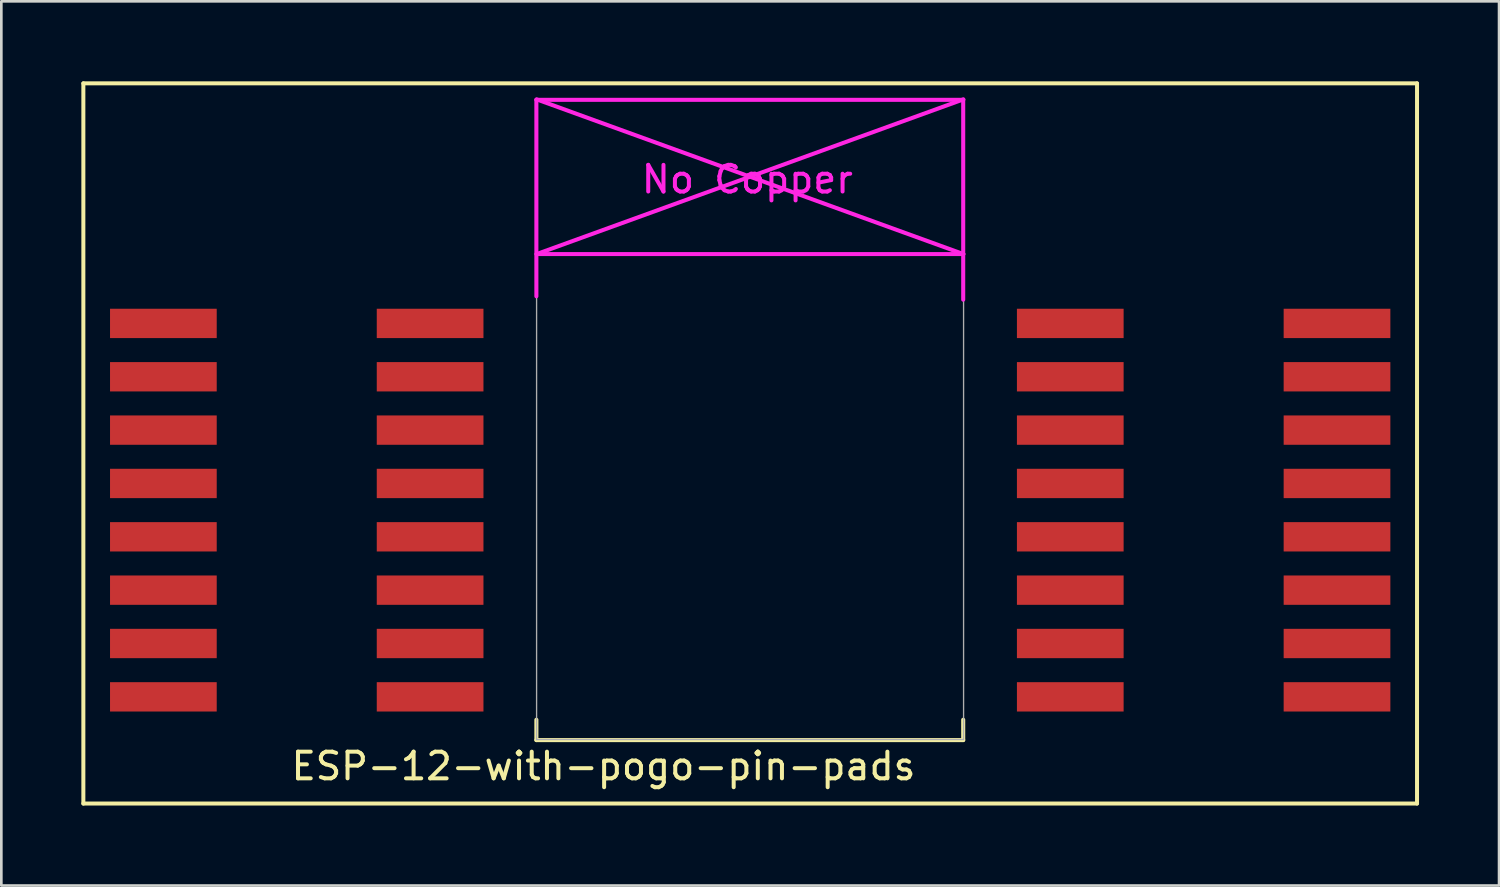
<source format=kicad_pcb>
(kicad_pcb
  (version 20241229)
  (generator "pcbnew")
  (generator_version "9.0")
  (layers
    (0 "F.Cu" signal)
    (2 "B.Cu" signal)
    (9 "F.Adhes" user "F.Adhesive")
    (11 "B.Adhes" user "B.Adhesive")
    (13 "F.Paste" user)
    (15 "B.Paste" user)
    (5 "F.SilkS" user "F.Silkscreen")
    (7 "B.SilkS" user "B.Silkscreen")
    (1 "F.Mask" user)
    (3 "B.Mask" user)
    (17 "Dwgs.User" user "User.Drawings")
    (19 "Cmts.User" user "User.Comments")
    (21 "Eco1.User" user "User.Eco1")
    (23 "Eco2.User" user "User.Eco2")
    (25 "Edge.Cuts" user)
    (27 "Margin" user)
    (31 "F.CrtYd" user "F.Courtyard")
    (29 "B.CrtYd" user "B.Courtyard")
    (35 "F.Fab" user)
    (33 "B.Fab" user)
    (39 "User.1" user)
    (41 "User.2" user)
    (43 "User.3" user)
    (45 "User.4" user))
  (footprint "ESP-12-with-pogo-pin-pads"
    (layer "F.Cu")
    (at 18.075 9.075)
    (property "Reference" "ESP-12-with-pogo-pin-pads" (at 1.5 16.6 0) (layer "F.SilkS") (effects (font (size 1 1) (thickness 0.15))))
    (attr through_hole)
    (fp_line (start -18 -9) (end 32 -9) (stroke (width 0.15) (type solid)) (layer "F.SilkS"))
    (fp_line (start -18 18) (end -18 -9) (stroke (width 0.15) (type solid)) (layer "F.SilkS"))
    (fp_line (start -1.016 14.859) (end -1.016 15.621) (stroke (width 0.152) (type solid)) (layer "F.SilkS"))
    (fp_line (start -1.016 15.621) (end 14.986 15.621) (stroke (width 0.152) (type solid)) (layer "F.SilkS"))
    (fp_line (start 14.986 15.621) (end 14.986 14.859) (stroke (width 0.152) (type solid)) (layer "F.SilkS"))
    (fp_line (start 32 -9) (end 32 18) (stroke (width 0.15) (type solid)) (layer "F.SilkS"))
    (fp_line (start 32 18) (end -18 18) (stroke (width 0.15) (type solid)) (layer "F.SilkS"))
    (fp_line (start -1.016 -8.382) (end -1.016 -1.016) (stroke (width 0.152) (type solid)) (layer "F.CrtYd"))
    (fp_line (start -1.016 -8.382) (end 14.986 -8.382) (stroke (width 0.152) (type solid)) (layer "F.CrtYd"))
    (fp_line (start -1.008 -8.4) (end 14.992 -2.6) (stroke (width 0.152) (type solid)) (layer "F.CrtYd"))
    (fp_line (start -1.008 -2.6) (end 14.992 -2.6) (stroke (width 0.152) (type solid)) (layer "F.CrtYd"))
    (fp_line (start 14.986 -8.382) (end 14.986 -0.889) (stroke (width 0.152) (type solid)) (layer "F.CrtYd"))
    (fp_line (start 14.992 -8.4) (end -1.008 -2.6) (stroke (width 0.152) (type solid)) (layer "F.CrtYd"))
    (fp_line (start -1.008 -8.4) (end 14.992 -8.4) (stroke (width 0.05) (type solid)) (layer "F.Fab"))
    (fp_line (start -1.008 15.6) (end -1.008 -8.4) (stroke (width 0.05) (type solid)) (layer "F.Fab"))
    (fp_line (start 14.992 15.6) (end -1.008 15.6) (stroke (width 0.05) (type solid)) (layer "F.Fab"))
    (fp_line (start 15 -8.4) (end 15 15.6) (stroke (width 0.05) (type solid)) (layer "F.Fab"))
    (fp_text user "No Copper" (at 6.892 -5.4 0) (layer "F.CrtYd") (effects (font (size 1 1) (thickness 0.15))))
    (pad "" smd rect (at -15 0) (size 4 1.1) (layers "F.Cu" "F.Mask" "F.Paste"))
    (pad "" smd rect (at -15 2) (size 4 1.1) (layers "F.Cu" "F.Mask" "F.Paste"))
    (pad "" smd rect (at -15 4) (size 4 1.1) (layers "F.Cu" "F.Mask" "F.Paste"))
    (pad "" smd rect (at -15 6) (size 4 1.1) (layers "F.Cu" "F.Mask" "F.Paste"))
    (pad "" smd rect (at -15 8) (size 4 1.1) (layers "F.Cu" "F.Mask" "F.Paste"))
    (pad "" smd rect (at -15 10) (size 4 1.1) (layers "F.Cu" "F.Mask" "F.Paste"))
    (pad "" smd rect (at -15 12) (size 4 1.1) (layers "F.Cu" "F.Mask" "F.Paste"))
    (pad "" smd rect (at -15 14) (size 4 1.1) (layers "F.Cu" "F.Mask" "F.Paste"))
    (pad "" smd rect (at 29 0) (size 4 1.1) (layers "F.Cu" "F.Mask" "F.Paste"))
    (pad "" smd rect (at 29 2) (size 4 1.1) (layers "F.Cu" "F.Mask" "F.Paste"))
    (pad "" smd rect (at 29 4) (size 4 1.1) (layers "F.Cu" "F.Mask" "F.Paste"))
    (pad "" smd rect (at 29 6) (size 4 1.1) (layers "F.Cu" "F.Mask" "F.Paste"))
    (pad "" smd rect (at 29 8) (size 4 1.1) (layers "F.Cu" "F.Mask" "F.Paste"))
    (pad "" smd rect (at 29 10) (size 4 1.1) (layers "F.Cu" "F.Mask" "F.Paste"))
    (pad "" smd rect (at 29 12) (size 4 1.1) (layers "F.Cu" "F.Mask" "F.Paste"))
    (pad "" smd rect (at 29 14) (size 4 1.1) (layers "F.Cu" "F.Mask" "F.Paste"))
    (pad "1" smd rect (at -5 0) (size 4 1.1) (layers "F.Cu" "F.Mask" "F.Paste"))
    (pad "2" smd rect (at -5 2) (size 4 1.1) (layers "F.Cu" "F.Mask" "F.Paste"))
    (pad "3" smd rect (at -5 4) (size 4 1.1) (layers "F.Cu" "F.Mask" "F.Paste"))
    (pad "4" smd rect (at -5 6) (size 4 1.1) (layers "F.Cu" "F.Mask" "F.Paste"))
    (pad "5" smd rect (at -5 8) (size 4 1.1) (layers "F.Cu" "F.Mask" "F.Paste"))
    (pad "6" smd rect (at -5 10) (size 4 1.1) (layers "F.Cu" "F.Mask" "F.Paste"))
    (pad "7" smd rect (at -5 12) (size 4 1.1) (layers "F.Cu" "F.Mask" "F.Paste"))
    (pad "8" smd rect (at -5 14) (size 4 1.1) (layers "F.Cu" "F.Mask" "F.Paste"))
    (pad "9" smd rect (at 19 14) (size 4 1.1) (layers "F.Cu" "F.Mask" "F.Paste"))
    (pad "10" smd rect (at 19 12) (size 4 1.1) (layers "F.Cu" "F.Mask" "F.Paste"))
    (pad "11" smd rect (at 19 10) (size 4 1.1) (layers "F.Cu" "F.Mask" "F.Paste"))
    (pad "12" smd rect (at 19 8) (size 4 1.1) (layers "F.Cu" "F.Mask" "F.Paste"))
    (pad "13" smd rect (at 19 6) (size 4 1.1) (layers "F.Cu" "F.Mask" "F.Paste"))
    (pad "14" smd rect (at 19 4) (size 4 1.1) (layers "F.Cu" "F.Mask" "F.Paste"))
    (pad "15" smd rect (at 19 2) (size 4 1.1) (layers "F.Cu" "F.Mask" "F.Paste"))
    (pad "16" smd rect (at 19 0) (size 4 1.1) (layers "F.Cu" "F.Mask" "F.Paste")))
  (gr_rect
    (start -3 -3)
    (end 53.15 30.15)
    (stroke (width 0.1) (type default))
    (fill no)
    (layer "Edge.Cuts")))
</source>
